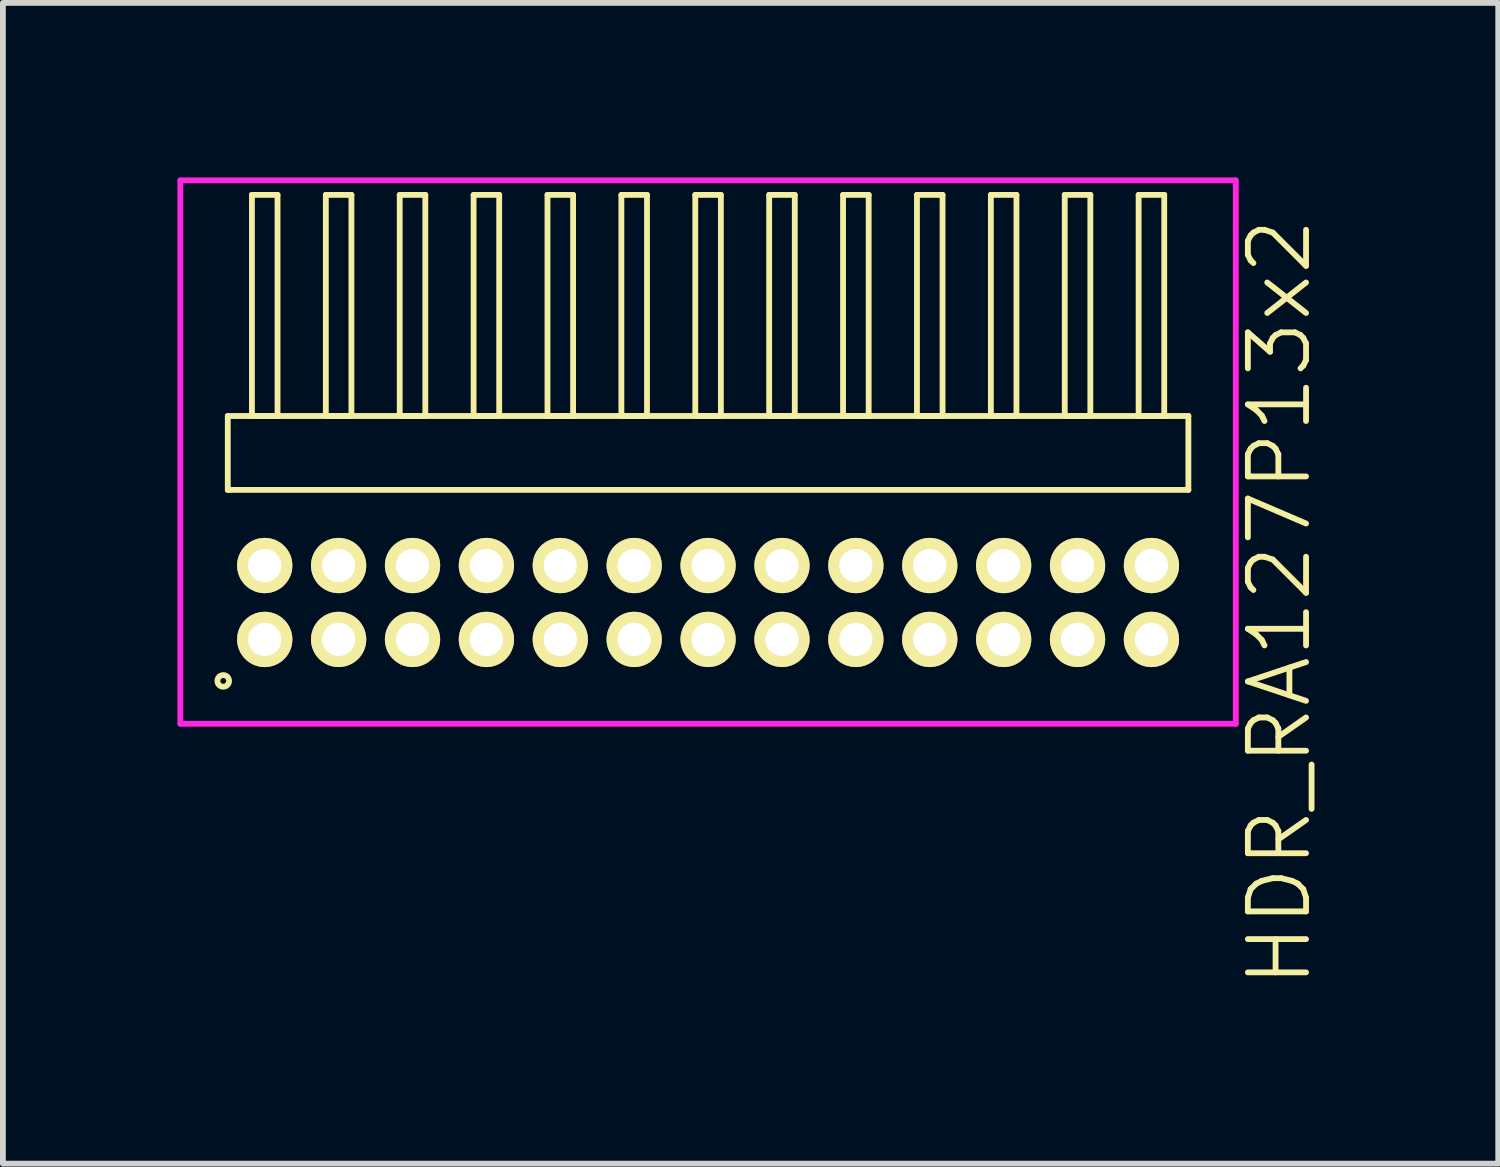
<source format=kicad_pcb>
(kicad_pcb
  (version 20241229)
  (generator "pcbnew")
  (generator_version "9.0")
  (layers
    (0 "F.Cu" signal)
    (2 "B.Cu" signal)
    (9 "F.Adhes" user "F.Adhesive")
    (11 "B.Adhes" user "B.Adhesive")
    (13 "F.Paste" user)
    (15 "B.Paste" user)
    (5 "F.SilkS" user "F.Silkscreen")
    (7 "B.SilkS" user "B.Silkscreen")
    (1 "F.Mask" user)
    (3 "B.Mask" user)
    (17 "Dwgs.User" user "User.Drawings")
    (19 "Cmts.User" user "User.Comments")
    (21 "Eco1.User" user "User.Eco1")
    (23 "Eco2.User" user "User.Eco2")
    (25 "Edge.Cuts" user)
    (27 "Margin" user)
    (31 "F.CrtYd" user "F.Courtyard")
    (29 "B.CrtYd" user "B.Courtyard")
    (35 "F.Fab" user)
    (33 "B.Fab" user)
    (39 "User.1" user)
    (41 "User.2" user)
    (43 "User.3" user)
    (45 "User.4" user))
  (footprint "HDR_RA127P13x2"
    (layer "F.Cu")
    (at 9.12 7.305)
    (property "Reference" "HDR_RA127P13x2" (at 9.82 0 90) (layer "F.SilkS") (effects (font (size 1 1) (thickness 0.1))))
    (attr through_hole)
    (fp_line (start -8.255 -3.205) (end -8.255 -1.935) (stroke (width 0.1) (type solid)) (layer "F.SilkS"))
    (fp_line (start -8.255 -1.935) (end 8.255 -1.935) (stroke (width 0.1) (type solid)) (layer "F.SilkS"))
    (fp_line (start -7.84 -7.005) (end -7.84 -3.205) (stroke (width 0.1) (type solid)) (layer "F.SilkS"))
    (fp_line (start -7.84 -3.205) (end -7.4 -3.205) (stroke (width 0.1) (type solid)) (layer "F.SilkS"))
    (fp_line (start -7.4 -7.005) (end -7.84 -7.005) (stroke (width 0.1) (type solid)) (layer "F.SilkS"))
    (fp_line (start -7.4 -3.205) (end -7.4 -7.005) (stroke (width 0.1) (type solid)) (layer "F.SilkS"))
    (fp_line (start -6.57 -7.005) (end -6.57 -3.205) (stroke (width 0.1) (type solid)) (layer "F.SilkS"))
    (fp_line (start -6.57 -3.205) (end -6.13 -3.205) (stroke (width 0.1) (type solid)) (layer "F.SilkS"))
    (fp_line (start -6.13 -7.005) (end -6.57 -7.005) (stroke (width 0.1) (type solid)) (layer "F.SilkS"))
    (fp_line (start -6.13 -3.205) (end -6.13 -7.005) (stroke (width 0.1) (type solid)) (layer "F.SilkS"))
    (fp_line (start -5.3 -7.005) (end -5.3 -3.205) (stroke (width 0.1) (type solid)) (layer "F.SilkS"))
    (fp_line (start -5.3 -3.205) (end -4.86 -3.205) (stroke (width 0.1) (type solid)) (layer "F.SilkS"))
    (fp_line (start -4.86 -7.005) (end -5.3 -7.005) (stroke (width 0.1) (type solid)) (layer "F.SilkS"))
    (fp_line (start -4.86 -3.205) (end -4.86 -7.005) (stroke (width 0.1) (type solid)) (layer "F.SilkS"))
    (fp_line (start -4.03 -7.005) (end -4.03 -3.205) (stroke (width 0.1) (type solid)) (layer "F.SilkS"))
    (fp_line (start -4.03 -3.205) (end -3.59 -3.205) (stroke (width 0.1) (type solid)) (layer "F.SilkS"))
    (fp_line (start -3.59 -7.005) (end -4.03 -7.005) (stroke (width 0.1) (type solid)) (layer "F.SilkS"))
    (fp_line (start -3.59 -3.205) (end -3.59 -7.005) (stroke (width 0.1) (type solid)) (layer "F.SilkS"))
    (fp_line (start -2.76 -7.005) (end -2.76 -3.205) (stroke (width 0.1) (type solid)) (layer "F.SilkS"))
    (fp_line (start -2.76 -3.205) (end -2.32 -3.205) (stroke (width 0.1) (type solid)) (layer "F.SilkS"))
    (fp_line (start -2.32 -7.005) (end -2.76 -7.005) (stroke (width 0.1) (type solid)) (layer "F.SilkS"))
    (fp_line (start -2.32 -3.205) (end -2.32 -7.005) (stroke (width 0.1) (type solid)) (layer "F.SilkS"))
    (fp_line (start -1.49 -7.005) (end -1.49 -3.205) (stroke (width 0.1) (type solid)) (layer "F.SilkS"))
    (fp_line (start -1.49 -3.205) (end -1.05 -3.205) (stroke (width 0.1) (type solid)) (layer "F.SilkS"))
    (fp_line (start -1.05 -7.005) (end -1.49 -7.005) (stroke (width 0.1) (type solid)) (layer "F.SilkS"))
    (fp_line (start -1.05 -3.205) (end -1.05 -7.005) (stroke (width 0.1) (type solid)) (layer "F.SilkS"))
    (fp_line (start -0.22 -7.005) (end -0.22 -3.205) (stroke (width 0.1) (type solid)) (layer "F.SilkS"))
    (fp_line (start -0.22 -3.205) (end 0.22 -3.205) (stroke (width 0.1) (type solid)) (layer "F.SilkS"))
    (fp_line (start 0.22 -7.005) (end -0.22 -7.005) (stroke (width 0.1) (type solid)) (layer "F.SilkS"))
    (fp_line (start 0.22 -3.205) (end 0.22 -7.005) (stroke (width 0.1) (type solid)) (layer "F.SilkS"))
    (fp_line (start 1.05 -7.005) (end 1.05 -3.205) (stroke (width 0.1) (type solid)) (layer "F.SilkS"))
    (fp_line (start 1.05 -3.205) (end 1.49 -3.205) (stroke (width 0.1) (type solid)) (layer "F.SilkS"))
    (fp_line (start 1.49 -7.005) (end 1.05 -7.005) (stroke (width 0.1) (type solid)) (layer "F.SilkS"))
    (fp_line (start 1.49 -3.205) (end 1.49 -7.005) (stroke (width 0.1) (type solid)) (layer "F.SilkS"))
    (fp_line (start 2.32 -7.005) (end 2.32 -3.205) (stroke (width 0.1) (type solid)) (layer "F.SilkS"))
    (fp_line (start 2.32 -3.205) (end 2.76 -3.205) (stroke (width 0.1) (type solid)) (layer "F.SilkS"))
    (fp_line (start 2.76 -7.005) (end 2.32 -7.005) (stroke (width 0.1) (type solid)) (layer "F.SilkS"))
    (fp_line (start 2.76 -3.205) (end 2.76 -7.005) (stroke (width 0.1) (type solid)) (layer "F.SilkS"))
    (fp_line (start 3.59 -7.005) (end 3.59 -3.205) (stroke (width 0.1) (type solid)) (layer "F.SilkS"))
    (fp_line (start 3.59 -3.205) (end 4.03 -3.205) (stroke (width 0.1) (type solid)) (layer "F.SilkS"))
    (fp_line (start 4.03 -7.005) (end 3.59 -7.005) (stroke (width 0.1) (type solid)) (layer "F.SilkS"))
    (fp_line (start 4.03 -3.205) (end 4.03 -7.005) (stroke (width 0.1) (type solid)) (layer "F.SilkS"))
    (fp_line (start 4.86 -7.005) (end 4.86 -3.205) (stroke (width 0.1) (type solid)) (layer "F.SilkS"))
    (fp_line (start 4.86 -3.205) (end 5.3 -3.205) (stroke (width 0.1) (type solid)) (layer "F.SilkS"))
    (fp_line (start 5.3 -7.005) (end 4.86 -7.005) (stroke (width 0.1) (type solid)) (layer "F.SilkS"))
    (fp_line (start 5.3 -3.205) (end 5.3 -7.005) (stroke (width 0.1) (type solid)) (layer "F.SilkS"))
    (fp_line (start 6.13 -7.005) (end 6.13 -3.205) (stroke (width 0.1) (type solid)) (layer "F.SilkS"))
    (fp_line (start 6.13 -3.205) (end 6.57 -3.205) (stroke (width 0.1) (type solid)) (layer "F.SilkS"))
    (fp_line (start 6.57 -7.005) (end 6.13 -7.005) (stroke (width 0.1) (type solid)) (layer "F.SilkS"))
    (fp_line (start 6.57 -3.205) (end 6.57 -7.005) (stroke (width 0.1) (type solid)) (layer "F.SilkS"))
    (fp_line (start 7.4 -7.005) (end 7.4 -3.205) (stroke (width 0.1) (type solid)) (layer "F.SilkS"))
    (fp_line (start 7.4 -3.205) (end 7.84 -3.205) (stroke (width 0.1) (type solid)) (layer "F.SilkS"))
    (fp_line (start 7.84 -7.005) (end 7.4 -7.005) (stroke (width 0.1) (type solid)) (layer "F.SilkS"))
    (fp_line (start 7.84 -3.205) (end 7.84 -7.005) (stroke (width 0.1) (type solid)) (layer "F.SilkS"))
    (fp_line (start 8.255 -3.205) (end -8.255 -3.205) (stroke (width 0.1) (type solid)) (layer "F.SilkS"))
    (fp_line (start 8.255 -1.935) (end 8.255 -3.205) (stroke (width 0.1) (type solid)) (layer "F.SilkS"))
    (fp_circle (center -8.333 1.348) (end -8.233 1.348) (stroke (width 0.1) (type solid)) (fill no) (layer "F.SilkS"))
    (fp_line (start -9.07 -7.255) (end -9.07 2.085) (stroke (width 0.1) (type solid)) (layer "F.CrtYd"))
    (fp_line (start -9.07 2.085) (end 9.07 2.085) (stroke (width 0.1) (type solid)) (layer "F.CrtYd"))
    (fp_line (start 9.07 -7.255) (end -9.07 -7.255) (stroke (width 0.1) (type solid)) (layer "F.CrtYd"))
    (fp_line (start 9.07 2.085) (end 9.07 -7.255) (stroke (width 0.1) (type solid)) (layer "F.CrtYd"))
    (pad "1" thru_hole oval (at -7.62 0.635) (size 0.95 0.95) (drill 0.57) (layers "*.Cu" "*.Mask" "F.SilkS"))
    (pad "2" thru_hole oval (at -7.62 -0.635) (size 0.95 0.95) (drill 0.57) (layers "*.Cu" "*.Mask" "F.SilkS"))
    (pad "3" thru_hole oval (at -6.35 0.635) (size 0.95 0.95) (drill 0.57) (layers "*.Cu" "*.Mask" "F.SilkS"))
    (pad "4" thru_hole oval (at -6.35 -0.635) (size 0.95 0.95) (drill 0.57) (layers "*.Cu" "*.Mask" "F.SilkS"))
    (pad "5" thru_hole oval (at -5.08 0.635) (size 0.95 0.95) (drill 0.57) (layers "*.Cu" "*.Mask" "F.SilkS"))
    (pad "6" thru_hole oval (at -5.08 -0.635) (size 0.95 0.95) (drill 0.57) (layers "*.Cu" "*.Mask" "F.SilkS"))
    (pad "7" thru_hole oval (at -3.81 0.635) (size 0.95 0.95) (drill 0.57) (layers "*.Cu" "*.Mask" "F.SilkS"))
    (pad "8" thru_hole oval (at -3.81 -0.635) (size 0.95 0.95) (drill 0.57) (layers "*.Cu" "*.Mask" "F.SilkS"))
    (pad "9" thru_hole oval (at -2.54 0.635) (size 0.95 0.95) (drill 0.57) (layers "*.Cu" "*.Mask" "F.SilkS"))
    (pad "10" thru_hole oval (at -2.54 -0.635) (size 0.95 0.95) (drill 0.57) (layers "*.Cu" "*.Mask" "F.SilkS"))
    (pad "11" thru_hole oval (at -1.27 0.635) (size 0.95 0.95) (drill 0.57) (layers "*.Cu" "*.Mask" "F.SilkS"))
    (pad "12" thru_hole oval (at -1.27 -0.635) (size 0.95 0.95) (drill 0.57) (layers "*.Cu" "*.Mask" "F.SilkS"))
    (pad "13" thru_hole oval (at 0 0.635) (size 0.95 0.95) (drill 0.57) (layers "*.Cu" "*.Mask" "F.SilkS"))
    (pad "14" thru_hole oval (at 0 -0.635) (size 0.95 0.95) (drill 0.57) (layers "*.Cu" "*.Mask" "F.SilkS"))
    (pad "15" thru_hole oval (at 1.27 0.635) (size 0.95 0.95) (drill 0.57) (layers "*.Cu" "*.Mask" "F.SilkS"))
    (pad "16" thru_hole oval (at 1.27 -0.635) (size 0.95 0.95) (drill 0.57) (layers "*.Cu" "*.Mask" "F.SilkS"))
    (pad "17" thru_hole oval (at 2.54 0.635) (size 0.95 0.95) (drill 0.57) (layers "*.Cu" "*.Mask" "F.SilkS"))
    (pad "18" thru_hole oval (at 2.54 -0.635) (size 0.95 0.95) (drill 0.57) (layers "*.Cu" "*.Mask" "F.SilkS"))
    (pad "19" thru_hole oval (at 3.81 0.635) (size 0.95 0.95) (drill 0.57) (layers "*.Cu" "*.Mask" "F.SilkS"))
    (pad "20" thru_hole oval (at 3.81 -0.635) (size 0.95 0.95) (drill 0.57) (layers "*.Cu" "*.Mask" "F.SilkS"))
    (pad "21" thru_hole oval (at 5.08 0.635) (size 0.95 0.95) (drill 0.57) (layers "*.Cu" "*.Mask" "F.SilkS"))
    (pad "22" thru_hole oval (at 5.08 -0.635) (size 0.95 0.95) (drill 0.57) (layers "*.Cu" "*.Mask" "F.SilkS"))
    (pad "23" thru_hole oval (at 6.35 0.635) (size 0.95 0.95) (drill 0.57) (layers "*.Cu" "*.Mask" "F.SilkS"))
    (pad "24" thru_hole oval (at 6.35 -0.635) (size 0.95 0.95) (drill 0.57) (layers "*.Cu" "*.Mask" "F.SilkS"))
    (pad "25" thru_hole oval (at 7.62 0.635) (size 0.95 0.95) (drill 0.57) (layers "*.Cu" "*.Mask" "F.SilkS"))
    (pad "26" thru_hole oval (at 7.62 -0.635) (size 0.95 0.95) (drill 0.57) (layers "*.Cu" "*.Mask" "F.SilkS")))
  (gr_rect
    (start -3 -3)
    (end 22.701 16.95)
    (stroke (width 0.1) (type default))
    (fill no)
    (layer "Edge.Cuts")))
</source>
